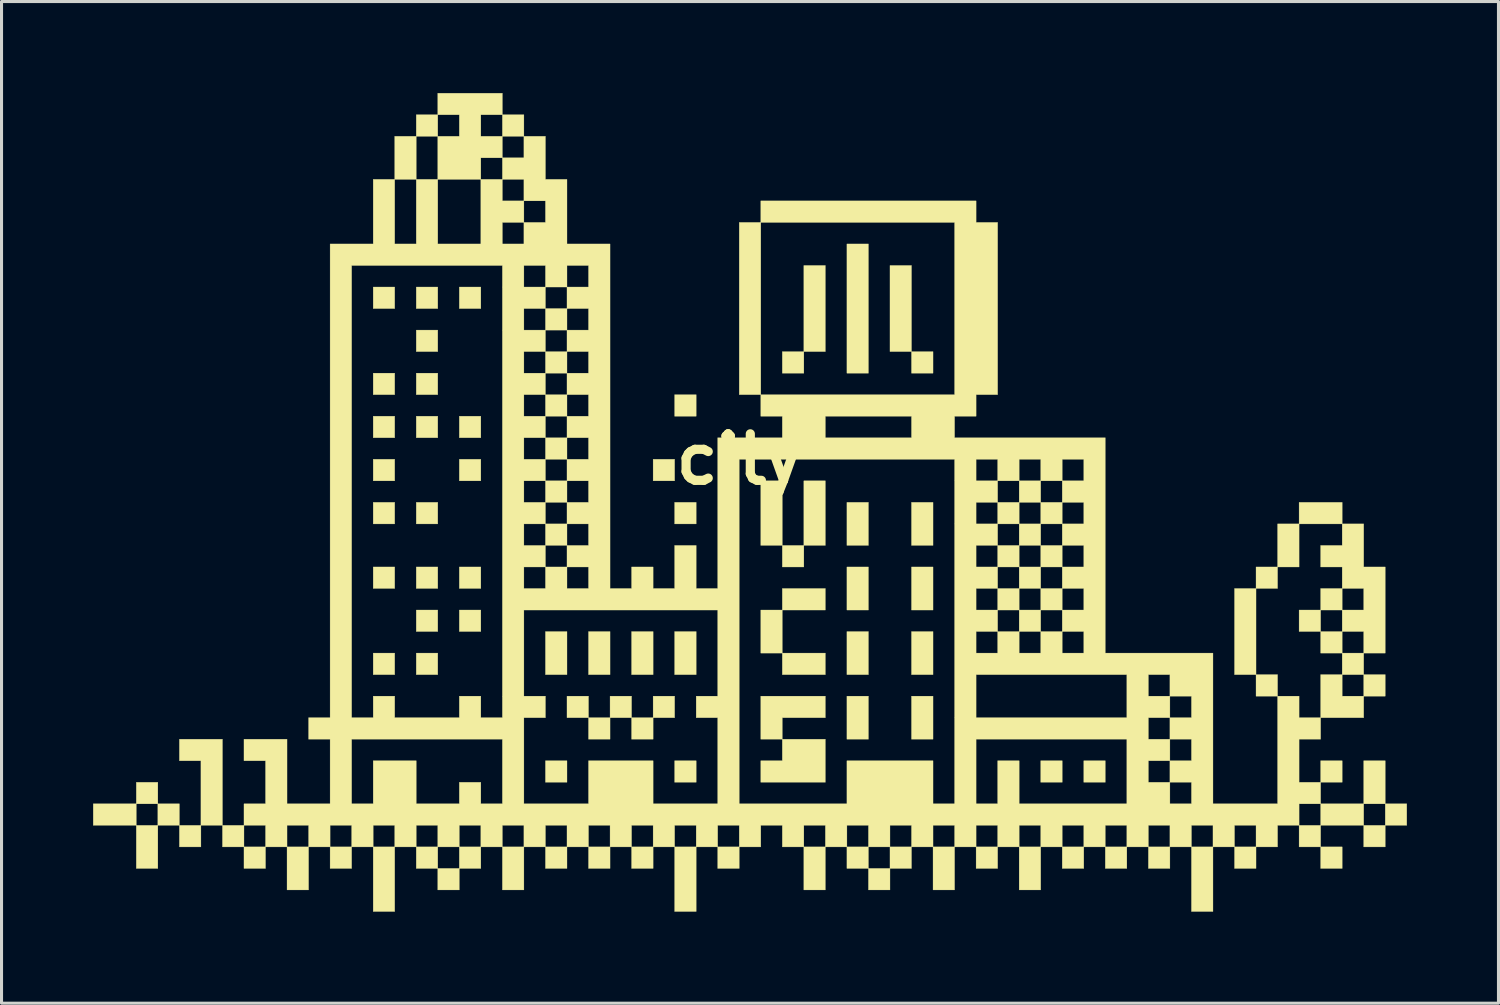
<source format=kicad_pcb>
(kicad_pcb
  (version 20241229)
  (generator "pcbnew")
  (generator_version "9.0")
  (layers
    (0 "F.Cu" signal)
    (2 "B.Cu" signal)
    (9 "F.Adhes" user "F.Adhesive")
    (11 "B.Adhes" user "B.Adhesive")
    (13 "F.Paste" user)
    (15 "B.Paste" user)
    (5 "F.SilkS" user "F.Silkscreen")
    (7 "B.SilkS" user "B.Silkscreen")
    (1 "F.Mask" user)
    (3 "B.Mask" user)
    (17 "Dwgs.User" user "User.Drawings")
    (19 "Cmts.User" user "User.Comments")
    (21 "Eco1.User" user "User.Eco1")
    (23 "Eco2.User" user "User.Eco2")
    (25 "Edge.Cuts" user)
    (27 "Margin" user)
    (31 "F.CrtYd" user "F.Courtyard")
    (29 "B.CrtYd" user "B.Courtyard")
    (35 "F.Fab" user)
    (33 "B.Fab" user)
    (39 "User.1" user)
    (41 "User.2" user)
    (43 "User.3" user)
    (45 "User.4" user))
  (footprint "city"
    (layer "F.Cu")
    (at 21.172 11.999)
    (property "Reference" "city" (at 0 0 0) (layer "F.SilkS") (effects (font (size 1.524 1.524) (thickness 0.3))))
    (attr through_hole)
    (fp_poly (pts (xy -17.639 11.994) (xy -17.639 12.7) (xy -18.344 12.7) (xy -18.344 11.994) (xy -17.639 11.994)) (stroke (width 0.01) (type solid)) (fill yes) (layer "F.SilkS"))
    (fp_poly (pts (xy -11.289 -10.583) (xy -10.583 -10.583) (xy -10.583 -9.172) (xy -11.289 -9.172) (xy -11.289 -10.583)) (stroke (width 0.01) (type solid)) (fill yes) (layer "F.SilkS"))
    (fp_poly (pts (xy -11.289 -4.939) (xy -11.994 -4.939) (xy -11.994 -5.644) (xy -11.289 -5.644) (xy -11.289 -4.939)) (stroke (width 0.01) (type solid)) (fill yes) (layer "F.SilkS"))
    (fp_poly (pts (xy -11.289 -2.117) (xy -11.994 -2.117) (xy -11.994 -2.822) (xy -11.289 -2.822) (xy -11.289 -2.117)) (stroke (width 0.01) (type solid)) (fill yes) (layer "F.SilkS"))
    (fp_poly (pts (xy -11.289 -0.706) (xy -11.994 -0.706) (xy -11.994 -1.411) (xy -11.289 -1.411) (xy -11.289 -0.706)) (stroke (width 0.01) (type solid)) (fill yes) (layer "F.SilkS"))
    (fp_poly (pts (xy -11.289 0.706) (xy -11.994 0.706) (xy -11.994 0) (xy -11.289 0) (xy -11.289 0.706)) (stroke (width 0.01) (type solid)) (fill yes) (layer "F.SilkS"))
    (fp_poly (pts (xy -11.289 2.117) (xy -11.994 2.117) (xy -11.994 1.411) (xy -11.289 1.411) (xy -11.289 2.117)) (stroke (width 0.01) (type solid)) (fill yes) (layer "F.SilkS"))
    (fp_poly (pts (xy -11.289 4.233) (xy -11.994 4.233) (xy -11.994 3.528) (xy -11.289 3.528) (xy -11.289 4.233)) (stroke (width 0.01) (type solid)) (fill yes) (layer "F.SilkS"))
    (fp_poly (pts (xy -11.289 7.056) (xy -11.994 7.056) (xy -11.994 6.35) (xy -11.289 6.35) (xy -11.289 7.056)) (stroke (width 0.01) (type solid)) (fill yes) (layer "F.SilkS"))
    (fp_poly (pts (xy -10.583 -11.289) (xy -9.878 -11.289) (xy -9.878 -10.583) (xy -10.583 -10.583) (xy -10.583 -11.289)) (stroke (width 0.01) (type solid)) (fill yes) (layer "F.SilkS"))
    (fp_poly (pts (xy -9.878 -4.939) (xy -10.583 -4.939) (xy -10.583 -5.644) (xy -9.878 -5.644) (xy -9.878 -4.939)) (stroke (width 0.01) (type solid)) (fill yes) (layer "F.SilkS"))
    (fp_poly (pts (xy -9.878 -3.528) (xy -10.583 -3.528) (xy -10.583 -4.233) (xy -9.878 -4.233) (xy -9.878 -3.528)) (stroke (width 0.01) (type solid)) (fill yes) (layer "F.SilkS"))
    (fp_poly (pts (xy -9.878 -2.117) (xy -10.583 -2.117) (xy -10.583 -2.822) (xy -9.878 -2.822) (xy -9.878 -2.117)) (stroke (width 0.01) (type solid)) (fill yes) (layer "F.SilkS"))
    (fp_poly (pts (xy -9.878 -0.706) (xy -10.583 -0.706) (xy -10.583 -1.411) (xy -9.878 -1.411) (xy -9.878 -0.706)) (stroke (width 0.01) (type solid)) (fill yes) (layer "F.SilkS"))
    (fp_poly (pts (xy -9.878 2.117) (xy -10.583 2.117) (xy -10.583 1.411) (xy -9.878 1.411) (xy -9.878 2.117)) (stroke (width 0.01) (type solid)) (fill yes) (layer "F.SilkS"))
    (fp_poly (pts (xy -9.878 4.233) (xy -10.583 4.233) (xy -10.583 3.528) (xy -9.878 3.528) (xy -9.878 4.233)) (stroke (width 0.01) (type solid)) (fill yes) (layer "F.SilkS"))
    (fp_poly (pts (xy -9.878 5.644) (xy -10.583 5.644) (xy -10.583 4.939) (xy -9.878 4.939) (xy -9.878 5.644)) (stroke (width 0.01) (type solid)) (fill yes) (layer "F.SilkS"))
    (fp_poly (pts (xy -9.878 7.056) (xy -10.583 7.056) (xy -10.583 6.35) (xy -9.878 6.35) (xy -9.878 7.056)) (stroke (width 0.01) (type solid)) (fill yes) (layer "F.SilkS"))
    (fp_poly (pts (xy -8.467 -4.939) (xy -9.172 -4.939) (xy -9.172 -5.644) (xy -8.467 -5.644) (xy -8.467 -4.939)) (stroke (width 0.01) (type solid)) (fill yes) (layer "F.SilkS"))
    (fp_poly (pts (xy -8.467 -0.706) (xy -9.172 -0.706) (xy -9.172 -1.411) (xy -8.467 -1.411) (xy -8.467 -0.706)) (stroke (width 0.01) (type solid)) (fill yes) (layer "F.SilkS"))
    (fp_poly (pts (xy -8.467 0.706) (xy -9.172 0.706) (xy -9.172 0) (xy -8.467 0) (xy -8.467 0.706)) (stroke (width 0.01) (type solid)) (fill yes) (layer "F.SilkS"))
    (fp_poly (pts (xy -8.467 4.233) (xy -9.172 4.233) (xy -9.172 3.528) (xy -8.467 3.528) (xy -8.467 4.233)) (stroke (width 0.01) (type solid)) (fill yes) (layer "F.SilkS"))
    (fp_poly (pts (xy -8.467 5.644) (xy -9.172 5.644) (xy -9.172 4.939) (xy -8.467 4.939) (xy -8.467 5.644)) (stroke (width 0.01) (type solid)) (fill yes) (layer "F.SilkS"))
    (fp_poly (pts (xy -7.761 -10.583) (xy -7.761 -11.289) (xy -7.056 -11.289) (xy -7.056 -10.583) (xy -7.761 -10.583)) (stroke (width 0.01) (type solid)) (fill yes) (layer "F.SilkS"))
    (fp_poly (pts (xy -5.644 -4.233) (xy -6.35 -4.233) (xy -6.35 -4.939) (xy -5.644 -4.939) (xy -5.644 -4.233)) (stroke (width 0.01) (type solid)) (fill yes) (layer "F.SilkS"))
    (fp_poly (pts (xy -5.644 -2.822) (xy -6.35 -2.822) (xy -6.35 -3.528) (xy -5.644 -3.528) (xy -5.644 -2.822)) (stroke (width 0.01) (type solid)) (fill yes) (layer "F.SilkS"))
    (fp_poly (pts (xy -5.644 -1.411) (xy -6.35 -1.411) (xy -6.35 -2.117) (xy -5.644 -2.117) (xy -5.644 -1.411)) (stroke (width 0.01) (type solid)) (fill yes) (layer "F.SilkS"))
    (fp_poly (pts (xy -5.644 0) (xy -6.35 0) (xy -6.35 -0.706) (xy -5.644 -0.706) (xy -5.644 0)) (stroke (width 0.01) (type solid)) (fill yes) (layer "F.SilkS"))
    (fp_poly (pts (xy -5.644 1.411) (xy -6.35 1.411) (xy -6.35 0.706) (xy -5.644 0.706) (xy -5.644 1.411)) (stroke (width 0.01) (type solid)) (fill yes) (layer "F.SilkS"))
    (fp_poly (pts (xy -5.644 2.822) (xy -6.35 2.822) (xy -6.35 2.117) (xy -5.644 2.117) (xy -5.644 2.822)) (stroke (width 0.01) (type solid)) (fill yes) (layer "F.SilkS"))
    (fp_poly (pts (xy -5.644 7.056) (xy -6.35 7.056) (xy -6.35 5.644) (xy -5.644 5.644) (xy -5.644 7.056)) (stroke (width 0.01) (type solid)) (fill yes) (layer "F.SilkS"))
    (fp_poly (pts (xy -5.644 8.467) (xy -5.644 7.761) (xy -4.939 7.761) (xy -4.939 8.467) (xy -5.644 8.467)) (stroke (width 0.01) (type solid)) (fill yes) (layer "F.SilkS"))
    (fp_poly (pts (xy -5.644 10.583) (xy -6.35 10.583) (xy -6.35 9.878) (xy -5.644 9.878) (xy -5.644 10.583)) (stroke (width 0.01) (type solid)) (fill yes) (layer "F.SilkS"))
    (fp_poly (pts (xy -4.233 7.056) (xy -4.939 7.056) (xy -4.939 5.644) (xy -4.233 5.644) (xy -4.233 7.056)) (stroke (width 0.01) (type solid)) (fill yes) (layer "F.SilkS"))
    (fp_poly (pts (xy -4.233 8.467) (xy -4.233 7.761) (xy -3.528 7.761) (xy -3.528 8.467) (xy -4.233 8.467)) (stroke (width 0.01) (type solid)) (fill yes) (layer "F.SilkS"))
    (fp_poly (pts (xy -4.233 9.172) (xy -4.939 9.172) (xy -4.939 8.467) (xy -4.233 8.467) (xy -4.233 9.172)) (stroke (width 0.01) (type solid)) (fill yes) (layer "F.SilkS"))
    (fp_poly (pts (xy -2.822 7.056) (xy -3.528 7.056) (xy -3.528 5.644) (xy -2.822 5.644) (xy -2.822 7.056)) (stroke (width 0.01) (type solid)) (fill yes) (layer "F.SilkS"))
    (fp_poly (pts (xy -2.822 7.761) (xy -2.117 7.761) (xy -2.117 8.467) (xy -2.822 8.467) (xy -2.822 7.761)) (stroke (width 0.01) (type solid)) (fill yes) (layer "F.SilkS"))
    (fp_poly (pts (xy -2.822 9.172) (xy -3.528 9.172) (xy -3.528 8.467) (xy -2.822 8.467) (xy -2.822 9.172)) (stroke (width 0.01) (type solid)) (fill yes) (layer "F.SilkS"))
    (fp_poly (pts (xy -2.117 0.706) (xy -2.822 0.706) (xy -2.822 0) (xy -2.117 0) (xy -2.117 0.706)) (stroke (width 0.01) (type solid)) (fill yes) (layer "F.SilkS"))
    (fp_poly (pts (xy -1.411 -1.411) (xy -2.117 -1.411) (xy -2.117 -2.117) (xy -1.411 -2.117) (xy -1.411 -1.411)) (stroke (width 0.01) (type solid)) (fill yes) (layer "F.SilkS"))
    (fp_poly (pts (xy -1.411 2.117) (xy -2.117 2.117) (xy -2.117 1.411) (xy -1.411 1.411) (xy -1.411 2.117)) (stroke (width 0.01) (type solid)) (fill yes) (layer "F.SilkS"))
    (fp_poly (pts (xy -1.411 7.056) (xy -2.117 7.056) (xy -2.117 5.644) (xy -1.411 5.644) (xy -1.411 7.056)) (stroke (width 0.01) (type solid)) (fill yes) (layer "F.SilkS"))
    (fp_poly (pts (xy -1.411 10.583) (xy -2.117 10.583) (xy -2.117 9.878) (xy -1.411 9.878) (xy -1.411 10.583)) (stroke (width 0.01) (type solid)) (fill yes) (layer "F.SilkS"))
    (fp_poly (pts (xy 0.706 2.822) (xy 0.706 0.706) (xy 1.411 0.706) (xy 1.411 2.822) (xy 0.706 2.822)) (stroke (width 0.01) (type solid)) (fill yes) (layer "F.SilkS"))
    (fp_poly (pts (xy 0.706 6.35) (xy 0.706 4.939) (xy 1.411 4.939) (xy 1.411 6.35) (xy 0.706 6.35)) (stroke (width 0.01) (type solid)) (fill yes) (layer "F.SilkS"))
    (fp_poly (pts (xy 1.411 4.233) (xy 2.822 4.233) (xy 2.822 4.939) (xy 1.411 4.939) (xy 1.411 4.233)) (stroke (width 0.01) (type solid)) (fill yes) (layer "F.SilkS"))
    (fp_poly (pts (xy 2.117 -6.35) (xy 2.822 -6.35) (xy 2.822 -3.528) (xy 2.117 -3.528) (xy 2.117 -6.35)) (stroke (width 0.01) (type solid)) (fill yes) (layer "F.SilkS"))
    (fp_poly (pts (xy 2.117 -2.822) (xy 1.411 -2.822) (xy 1.411 -3.528) (xy 2.117 -3.528) (xy 2.117 -2.822)) (stroke (width 0.01) (type solid)) (fill yes) (layer "F.SilkS"))
    (fp_poly (pts (xy 2.117 0.706) (xy 2.822 0.706) (xy 2.822 2.822) (xy 2.117 2.822) (xy 2.117 0.706)) (stroke (width 0.01) (type solid)) (fill yes) (layer "F.SilkS"))
    (fp_poly (pts (xy 2.117 3.528) (xy 1.411 3.528) (xy 1.411 2.822) (xy 2.117 2.822) (xy 2.117 3.528)) (stroke (width 0.01) (type solid)) (fill yes) (layer "F.SilkS"))
    (fp_poly (pts (xy 2.822 6.35) (xy 2.822 7.056) (xy 1.411 7.056) (xy 1.411 6.35) (xy 2.822 6.35)) (stroke (width 0.01) (type solid)) (fill yes) (layer "F.SilkS"))
    (fp_poly (pts (xy 4.233 -2.822) (xy 3.528 -2.822) (xy 3.528 -7.056) (xy 4.233 -7.056) (xy 4.233 -2.822)) (stroke (width 0.01) (type solid)) (fill yes) (layer "F.SilkS"))
    (fp_poly (pts (xy 4.233 2.822) (xy 3.528 2.822) (xy 3.528 1.411) (xy 4.233 1.411) (xy 4.233 2.822)) (stroke (width 0.01) (type solid)) (fill yes) (layer "F.SilkS"))
    (fp_poly (pts (xy 4.233 4.939) (xy 3.528 4.939) (xy 3.528 3.528) (xy 4.233 3.528) (xy 4.233 4.939)) (stroke (width 0.01) (type solid)) (fill yes) (layer "F.SilkS"))
    (fp_poly (pts (xy 4.233 7.056) (xy 3.528 7.056) (xy 3.528 5.644) (xy 4.233 5.644) (xy 4.233 7.056)) (stroke (width 0.01) (type solid)) (fill yes) (layer "F.SilkS"))
    (fp_poly (pts (xy 4.233 9.172) (xy 3.528 9.172) (xy 3.528 7.761) (xy 4.233 7.761) (xy 4.233 9.172)) (stroke (width 0.01) (type solid)) (fill yes) (layer "F.SilkS"))
    (fp_poly (pts (xy 4.939 -3.528) (xy 4.939 -6.35) (xy 5.644 -6.35) (xy 5.644 -3.528) (xy 4.939 -3.528)) (stroke (width 0.01) (type solid)) (fill yes) (layer "F.SilkS"))
    (fp_poly (pts (xy 6.35 -3.528) (xy 6.35 -2.822) (xy 5.644 -2.822) (xy 5.644 -3.528) (xy 6.35 -3.528)) (stroke (width 0.01) (type solid)) (fill yes) (layer "F.SilkS"))
    (fp_poly (pts (xy 6.35 2.822) (xy 5.644 2.822) (xy 5.644 1.411) (xy 6.35 1.411) (xy 6.35 2.822)) (stroke (width 0.01) (type solid)) (fill yes) (layer "F.SilkS"))
    (fp_poly (pts (xy 6.35 4.939) (xy 5.644 4.939) (xy 5.644 3.528) (xy 6.35 3.528) (xy 6.35 4.939)) (stroke (width 0.01) (type solid)) (fill yes) (layer "F.SilkS"))
    (fp_poly (pts (xy 6.35 7.056) (xy 5.644 7.056) (xy 5.644 5.644) (xy 6.35 5.644) (xy 6.35 7.056)) (stroke (width 0.01) (type solid)) (fill yes) (layer "F.SilkS"))
    (fp_poly (pts (xy 6.35 9.172) (xy 5.644 9.172) (xy 5.644 7.761) (xy 6.35 7.761) (xy 6.35 9.172)) (stroke (width 0.01) (type solid)) (fill yes) (layer "F.SilkS"))
    (fp_poly (pts (xy 8.467 2.117) (xy 8.467 1.411) (xy 9.172 1.411) (xy 9.172 2.117) (xy 8.467 2.117)) (stroke (width 0.01) (type solid)) (fill yes) (layer "F.SilkS"))
    (fp_poly (pts (xy 8.467 3.528) (xy 8.467 2.822) (xy 9.172 2.822) (xy 9.172 3.528) (xy 8.467 3.528)) (stroke (width 0.01) (type solid)) (fill yes) (layer "F.SilkS"))
    (fp_poly (pts (xy 8.467 4.939) (xy 8.467 4.233) (xy 9.172 4.233) (xy 9.172 4.939) (xy 8.467 4.939)) (stroke (width 0.01) (type solid)) (fill yes) (layer "F.SilkS"))
    (fp_poly (pts (xy 9.172 0.706) (xy 9.878 0.706) (xy 9.878 1.411) (xy 9.172 1.411) (xy 9.172 0.706)) (stroke (width 0.01) (type solid)) (fill yes) (layer "F.SilkS"))
    (fp_poly (pts (xy 9.878 1.411) (xy 10.583 1.411) (xy 10.583 2.117) (xy 9.878 2.117) (xy 9.878 1.411)) (stroke (width 0.01) (type solid)) (fill yes) (layer "F.SilkS"))
    (fp_poly (pts (xy 9.878 2.822) (xy 9.172 2.822) (xy 9.172 2.117) (xy 9.878 2.117) (xy 9.878 2.822)) (stroke (width 0.01) (type solid)) (fill yes) (layer "F.SilkS"))
    (fp_poly (pts (xy 9.878 2.822) (xy 10.583 2.822) (xy 10.583 3.528) (xy 9.878 3.528) (xy 9.878 2.822)) (stroke (width 0.01) (type solid)) (fill yes) (layer "F.SilkS"))
    (fp_poly (pts (xy 9.878 4.233) (xy 9.172 4.233) (xy 9.172 3.528) (xy 9.878 3.528) (xy 9.878 4.233)) (stroke (width 0.01) (type solid)) (fill yes) (layer "F.SilkS"))
    (fp_poly (pts (xy 9.878 4.233) (xy 10.583 4.233) (xy 10.583 4.939) (xy 9.878 4.939) (xy 9.878 4.233)) (stroke (width 0.01) (type solid)) (fill yes) (layer "F.SilkS"))
    (fp_poly (pts (xy 9.878 5.644) (xy 9.172 5.644) (xy 9.172 4.939) (xy 9.878 4.939) (xy 9.878 5.644)) (stroke (width 0.01) (type solid)) (fill yes) (layer "F.SilkS"))
    (fp_poly (pts (xy 10.583 10.583) (xy 9.878 10.583) (xy 9.878 9.878) (xy 10.583 9.878) (xy 10.583 10.583)) (stroke (width 0.01) (type solid)) (fill yes) (layer "F.SilkS"))
    (fp_poly (pts (xy 11.994 10.583) (xy 11.289 10.583) (xy 11.289 9.878) (xy 11.994 9.878) (xy 11.994 10.583)) (stroke (width 0.01) (type solid)) (fill yes) (layer "F.SilkS"))
    (fp_poly (pts (xy 16.933 7.056) (xy 16.228 7.056) (xy 16.228 4.233) (xy 16.933 4.233) (xy 16.933 7.056)) (stroke (width 0.01) (type solid)) (fill yes) (layer "F.SilkS"))
    (fp_poly (pts (xy 17.639 4.233) (xy 16.933 4.233) (xy 16.933 3.528) (xy 17.639 3.528) (xy 17.639 4.233)) (stroke (width 0.01) (type solid)) (fill yes) (layer "F.SilkS"))
    (fp_poly (pts (xy 17.639 7.056) (xy 17.639 7.761) (xy 16.933 7.761) (xy 16.933 7.056) (xy 17.639 7.056)) (stroke (width 0.01) (type solid)) (fill yes) (layer "F.SilkS"))
    (fp_poly (pts (xy 18.344 1.411) (xy 19.756 1.411) (xy 19.756 2.117) (xy 18.344 2.117) (xy 18.344 1.411)) (stroke (width 0.01) (type solid)) (fill yes) (layer "F.SilkS"))
    (fp_poly (pts (xy 18.344 3.528) (xy 17.639 3.528) (xy 17.639 2.117) (xy 18.344 2.117) (xy 18.344 3.528)) (stroke (width 0.01) (type solid)) (fill yes) (layer "F.SilkS"))
    (fp_poly (pts (xy 18.344 5.644) (xy 18.344 4.939) (xy 19.05 4.939) (xy 19.05 5.644) (xy 18.344 5.644)) (stroke (width 0.01) (type solid)) (fill yes) (layer "F.SilkS"))
    (fp_poly (pts (xy 19.05 4.233) (xy 19.756 4.233) (xy 19.756 4.939) (xy 19.05 4.939) (xy 19.05 4.233)) (stroke (width 0.01) (type solid)) (fill yes) (layer "F.SilkS"))
    (fp_poly (pts (xy 19.05 9.878) (xy 19.756 9.878) (xy 19.756 10.583) (xy 19.05 10.583) (xy 19.05 9.878)) (stroke (width 0.01) (type solid)) (fill yes) (layer "F.SilkS"))
    (fp_poly (pts (xy 19.756 5.644) (xy 19.756 6.35) (xy 19.05 6.35) (xy 19.05 5.644) (xy 19.756 5.644)) (stroke (width 0.01) (type solid)) (fill yes) (layer "F.SilkS"))
    (fp_poly (pts (xy 19.756 12.7) (xy 19.756 13.406) (xy 19.05 13.406) (xy 19.05 12.7) (xy 19.756 12.7)) (stroke (width 0.01) (type solid)) (fill yes) (layer "F.SilkS"))
    (fp_poly (pts (xy 20.461 7.056) (xy 19.756 7.056) (xy 19.756 6.35) (xy 20.461 6.35) (xy 20.461 7.056)) (stroke (width 0.01) (type solid)) (fill yes) (layer "F.SilkS"))
    (fp_poly (pts (xy 20.461 7.056) (xy 21.167 7.056) (xy 21.167 7.761) (xy 20.461 7.761) (xy 20.461 7.056)) (stroke (width 0.01) (type solid)) (fill yes) (layer "F.SilkS"))
    (fp_poly (pts (xy 20.461 9.878) (xy 21.167 9.878) (xy 21.167 11.289) (xy 20.461 11.289) (xy 20.461 9.878)) (stroke (width 0.01) (type solid)) (fill yes) (layer "F.SilkS"))
    (fp_poly (pts (xy 21.167 11.289) (xy 21.872 11.289) (xy 21.872 11.994) (xy 21.167 11.994) (xy 21.167 11.289)) (stroke (width 0.01) (type solid)) (fill yes) (layer "F.SilkS"))
    (fp_poly (pts (xy 21.167 12.7) (xy 20.461 12.7) (xy 20.461 11.994) (xy 21.167 11.994) (xy 21.167 12.7)) (stroke (width 0.01) (type solid)) (fill yes) (layer "F.SilkS"))
    (fp_poly (pts (xy -17.639 9.878) (xy -18.344 9.878) (xy -18.344 9.172) (xy -16.933 9.172) (xy -16.933 11.994) (xy -17.639 11.994) (xy -17.639 9.878)) (stroke (width 0.01) (type solid)) (fill yes) (layer "F.SilkS"))
    (fp_poly (pts (xy 0.706 9.172) (xy 0.706 7.761) (xy 2.822 7.761) (xy 2.822 8.467) (xy 1.411 8.467) (xy 1.411 9.172) (xy 0.706 9.172)) (stroke (width 0.01) (type solid)) (fill yes) (layer "F.SilkS"))
    (fp_poly (pts (xy 2.822 9.172) (xy 2.822 10.583) (xy 0.706 10.583) (xy 0.706 9.878) (xy 1.411 9.878) (xy 1.411 9.172) (xy 2.822 9.172)) (stroke (width 0.01) (type solid)) (fill yes) (layer "F.SilkS"))
    (fp_poly (pts (xy 19.756 7.761) (xy 20.461 7.761) (xy 20.461 8.467) (xy 19.05 8.467) (xy 19.05 7.056) (xy 19.756 7.056) (xy 19.756 7.761)) (stroke (width 0.01) (type solid)) (fill yes) (layer "F.SilkS"))
    (fp_poly (pts (xy -9.878 -11.994) (xy -7.761 -11.994) (xy -7.761 -11.289) (xy -8.467 -11.289) (xy -8.467 -10.583) (xy -7.761 -10.583) (xy -7.761 -9.878) (xy -8.467 -9.878) (xy -8.467 -9.172) (xy -9.878 -9.172) (xy -9.878 -10.583) (xy -9.172 -10.583) (xy -9.172 -11.289) (xy -9.878 -11.289) (xy -9.878 -11.994)) (stroke (width 0.01) (type solid)) (fill yes) (layer "F.SilkS"))
    (fp_poly (pts (xy -18.344 11.289) (xy -18.344 11.994) (xy -19.05 11.994) (xy -19.05 13.406) (xy -19.756 13.406) (xy -19.756 11.994) (xy -21.167 11.994) (xy -21.167 11.289) (xy -19.756 11.289) (xy -19.756 11.994) (xy -19.05 11.994) (xy -19.05 11.289) (xy -19.756 11.289) (xy -19.756 10.583) (xy -19.05 10.583) (xy -19.05 11.289) (xy -18.344 11.289)) (stroke (width 0.01) (type solid)) (fill yes) (layer "F.SilkS"))
    (fp_poly (pts (xy 20.461 5.644) (xy 19.756 5.644) (xy 19.756 4.939) (xy 20.461 4.939) (xy 20.461 4.233) (xy 19.756 4.233) (xy 19.756 3.528) (xy 19.05 3.528) (xy 19.05 2.822) (xy 19.756 2.822) (xy 19.756 2.117) (xy 20.461 2.117) (xy 20.461 3.528) (xy 21.167 3.528) (xy 21.167 6.35) (xy 20.461 6.35) (xy 20.461 5.644)) (stroke (width 0.01) (type solid)) (fill yes) (layer "F.SilkS"))
    (fp_poly (pts (xy -6.35 -10.583) (xy -6.35 -9.172) (xy -5.644 -9.172) (xy -5.644 -7.056) (xy -4.233 -7.056) (xy -4.233 4.233) (xy -3.528 4.233) (xy -3.528 3.528) (xy -2.822 3.528) (xy -2.822 4.233) (xy -2.117 4.233) (xy -2.117 2.822) (xy -1.411 2.822) (xy -1.411 4.233) (xy -0.706 4.233) (xy -0.706 0) (xy 0 0) (xy 0 11.289) (xy 3.528 11.289) (xy 3.528 9.878) (xy 6.35 9.878) (xy 6.35 11.289) (xy 7.056 11.289) (xy 7.056 9.172) (xy 7.761 9.172) (xy 7.761 11.289) (xy 8.467 11.289) (xy 8.467 9.878) (xy 9.172 9.878) (xy 9.172 11.289) (xy 12.7 11.289) (xy 14.111 11.289) (xy 14.817 11.289) (xy 14.817 10.583) (xy 14.111 10.583) (xy 14.111 11.289) (xy 12.7 11.289) (xy 12.7 9.878) (xy 13.406 9.878) (xy 13.406 10.583) (xy 14.111 10.583) (xy 14.111 9.878) (xy 13.406 9.878) (xy 12.7 9.878) (xy 12.7 9.172) (xy 7.761 9.172) (xy 7.056 9.172) (xy 7.056 7.056) (xy 7.761 7.056) (xy 7.761 8.467) (xy 12.7 8.467) (xy 13.406 8.467) (xy 13.406 9.172) (xy 14.111 9.172) (xy 14.111 9.878) (xy 14.817 9.878) (xy 14.817 9.172) (xy 14.111 9.172) (xy 14.111 8.467) (xy 13.406 8.467) (xy 12.7 8.467) (xy 12.7 7.056) (xy 13.406 7.056) (xy 13.406 7.761) (xy 14.111 7.761) (xy 14.111 8.467) (xy 14.817 8.467) (xy 14.817 7.761) (xy 14.111 7.761) (xy 14.111 7.056) (xy 13.406 7.056) (xy 12.7 7.056) (xy 7.761 7.056) (xy 7.056 7.056) (xy 7.056 5.644) (xy 7.761 5.644) (xy 7.761 6.35) (xy 8.467 6.35) (xy 8.467 5.644) (xy 7.761 5.644) (xy 7.056 5.644) (xy 7.056 1.411) (xy 7.761 1.411) (xy 7.761 2.117) (xy 8.467 2.117) (xy 8.467 2.822) (xy 7.761 2.822) (xy 7.761 3.528) (xy 8.467 3.528) (xy 8.467 4.233) (xy 7.761 4.233) (xy 7.761 4.939) (xy 8.467 4.939) (xy 8.467 5.644) (xy 9.172 5.644) (xy 9.172 6.35) (xy 9.878 6.35) (xy 9.878 5.644) (xy 10.583 5.644) (xy 10.583 6.35) (xy 11.289 6.35) (xy 11.289 5.644) (xy 10.583 5.644) (xy 10.583 4.939) (xy 11.289 4.939) (xy 11.289 4.233) (xy 10.583 4.233) (xy 10.583 3.528) (xy 11.289 3.528) (xy 11.289 2.822) (xy 10.583 2.822) (xy 10.583 2.117) (xy 11.289 2.117) (xy 11.289 1.411) (xy 10.583 1.411) (xy 10.583 0.706) (xy 9.878 0.706) (xy 9.878 0) (xy 10.583 0) (xy 10.583 0.706) (xy 11.289 0.706) (xy 11.289 0) (xy 10.583 0) (xy 9.878 0) (xy 9.172 0) (xy 9.172 0.706) (xy 8.467 0.706) (xy 8.467 1.411) (xy 7.761 1.411) (xy 7.056 1.411) (xy 7.056 0) (xy 7.761 0) (xy 7.761 0.706) (xy 8.467 0.706) (xy 8.467 0) (xy 7.761 0) (xy 7.056 0) (xy 0 0) (xy -0.706 0) (xy -0.706 -0.706) (xy 1.411 -0.706) (xy 1.411 -1.411) (xy 2.822 -1.411) (xy 2.822 -0.706) (xy 5.644 -0.706) (xy 5.644 -1.411) (xy 2.822 -1.411) (xy 1.411 -1.411) (xy 0.706 -1.411) (xy 0.706 -2.117) (xy 0 -2.117) (xy 0 -7.761) (xy 0.706 -7.761) (xy 0.706 -2.117) (xy 7.056 -2.117) (xy 7.056 -7.761) (xy 0.706 -7.761) (xy 0.706 -8.467) (xy 7.761 -8.467) (xy 7.761 -7.761) (xy 8.467 -7.761) (xy 8.467 -2.117) (xy 7.761 -2.117) (xy 7.761 -1.411) (xy 7.056 -1.411) (xy 7.056 -0.706) (xy 11.994 -0.706) (xy 11.994 6.35) (xy 15.522 6.35) (xy 15.522 11.289) (xy 17.639 11.289) (xy 18.344 11.289) (xy 18.344 11.994) (xy 19.05 11.994) (xy 19.05 11.289) (xy 18.344 11.289) (xy 17.639 11.289) (xy 17.639 7.761) (xy 18.344 7.761) (xy 18.344 8.467) (xy 19.05 8.467) (xy 19.05 9.172) (xy 18.344 9.172) (xy 18.344 10.583) (xy 19.05 10.583) (xy 19.05 11.289) (xy 20.461 11.289) (xy 20.461 11.994) (xy 19.05 11.994) (xy 19.05 12.7) (xy 18.344 12.7) (xy 18.344 11.994) (xy 17.639 11.994) (xy 17.639 12.7) (xy 16.933 12.7) (xy 16.933 13.406) (xy 16.228 13.406) (xy 16.228 12.7) (xy 15.522 12.7) (xy 15.522 14.817) (xy 14.817 14.817) (xy 14.817 12.7) (xy 14.111 12.7) (xy 14.111 13.406) (xy 13.406 13.406) (xy 13.406 12.7) (xy 12.7 12.7) (xy 12.7 13.406) (xy 11.994 13.406) (xy 11.994 12.7) (xy 11.289 12.7) (xy 11.289 13.406) (xy 10.583 13.406) (xy 10.583 12.7) (xy 9.878 12.7) (xy 9.878 14.111) (xy 9.172 14.111) (xy 9.172 12.7) (xy 8.467 12.7) (xy 8.467 13.406) (xy 7.761 13.406) (xy 7.761 12.7) (xy 7.056 12.7) (xy 7.056 14.111) (xy 6.35 14.111) (xy 6.35 12.7) (xy 5.644 12.7) (xy 5.644 13.406) (xy 4.939 13.406) (xy 4.939 14.111) (xy 4.233 14.111) (xy 4.233 13.406) (xy 3.528 13.406) (xy 3.528 12.7) (xy 2.822 12.7) (xy 2.822 14.111) (xy 2.117 14.111) (xy 2.117 12.7) (xy 1.411 12.7) (xy 1.411 11.994) (xy 2.117 11.994) (xy 2.117 12.7) (xy 2.822 12.7) (xy 2.822 11.994) (xy 3.528 11.994) (xy 3.528 12.7) (xy 4.233 12.7) (xy 4.233 13.406) (xy 4.939 13.406) (xy 4.939 12.7) (xy 4.233 12.7) (xy 4.233 11.994) (xy 4.939 11.994) (xy 4.939 12.7) (xy 5.644 12.7) (xy 5.644 11.994) (xy 6.35 11.994) (xy 6.35 12.7) (xy 7.056 12.7) (xy 7.056 11.994) (xy 7.761 11.994) (xy 7.761 12.7) (xy 8.467 12.7) (xy 8.467 11.994) (xy 9.172 11.994) (xy 9.172 12.7) (xy 9.878 12.7) (xy 9.878 11.994) (xy 10.583 11.994) (xy 10.583 12.7) (xy 11.289 12.7) (xy 11.289 11.994) (xy 11.994 11.994) (xy 11.994 12.7) (xy 12.7 12.7) (xy 12.7 11.994) (xy 13.406 11.994) (xy 13.406 12.7) (xy 14.111 12.7) (xy 14.111 11.994) (xy 14.817 11.994) (xy 14.817 12.7) (xy 15.522 12.7) (xy 15.522 11.994) (xy 16.228 11.994) (xy 16.228 12.7) (xy 16.933 12.7) (xy 16.933 11.994) (xy 16.228 11.994) (xy 15.522 11.994) (xy 14.817 11.994) (xy 14.111 11.994) (xy 13.406 11.994) (xy 12.7 11.994) (xy 11.994 11.994) (xy 11.289 11.994) (xy 10.583 11.994) (xy 9.878 11.994) (xy 9.172 11.994) (xy 8.467 11.994) (xy 7.761 11.994) (xy 7.056 11.994) (xy 6.35 11.994) (xy 5.644 11.994) (xy 4.939 11.994) (xy 4.233 11.994) (xy 3.528 11.994) (xy 2.822 11.994) (xy 2.117 11.994) (xy 1.411 11.994) (xy 0.706 11.994) (xy 0.706 12.7) (xy 0 12.7) (xy 0 13.406) (xy -0.706 13.406) (xy -0.706 12.7) (xy -1.411 12.7) (xy -1.411 14.817) (xy -2.117 14.817) (xy -2.117 12.7) (xy -2.822 12.7) (xy -2.822 13.406) (xy -3.528 13.406) (xy -3.528 12.7) (xy -4.233 12.7) (xy -4.233 13.406) (xy -4.939 13.406) (xy -4.939 12.7) (xy -5.644 12.7) (xy -5.644 13.406) (xy -6.35 13.406) (xy -6.35 12.7) (xy -7.056 12.7) (xy -7.056 14.111) (xy -7.761 14.111) (xy -7.761 12.7) (xy -8.467 12.7) (xy -8.467 13.406) (xy -9.172 13.406) (xy -9.172 14.111) (xy -9.878 14.111) (xy -9.878 13.406) (xy -10.583 13.406) (xy -10.583 12.7) (xy -11.289 12.7) (xy -11.289 14.817) (xy -11.994 14.817) (xy -11.994 12.7) (xy -12.7 12.7) (xy -12.7 13.406) (xy -13.406 13.406) (xy -13.406 12.7) (xy -14.111 12.7) (xy -14.111 14.111) (xy -14.817 14.111) (xy -14.817 12.7) (xy -15.522 12.7) (xy -15.522 13.406) (xy -16.228 13.406) (xy -16.228 12.7) (xy -16.933 12.7) (xy -16.933 11.994) (xy -16.228 11.994) (xy -16.228 12.7) (xy -15.522 12.7) (xy -15.522 11.994) (xy -14.817 11.994) (xy -14.817 12.7) (xy -14.111 12.7) (xy -14.111 11.994) (xy -13.406 11.994) (xy -13.406 12.7) (xy -12.7 12.7) (xy -12.7 11.994) (xy -11.994 11.994) (xy -11.994 12.7) (xy -11.289 12.7) (xy -11.289 11.994) (xy -10.583 11.994) (xy -10.583 12.7) (xy -9.878 12.7) (xy -9.878 13.406) (xy -9.172 13.406) (xy -9.172 12.7) (xy -9.878 12.7) (xy -9.878 11.994) (xy -9.172 11.994) (xy -9.172 12.7) (xy -8.467 12.7) (xy -8.467 11.994) (xy -7.761 11.994) (xy -7.761 12.7) (xy -7.056 12.7) (xy -7.056 11.994) (xy -6.35 11.994) (xy -6.35 12.7) (xy -5.644 12.7) (xy -5.644 11.994) (xy -4.939 11.994) (xy -4.939 12.7) (xy -4.233 12.7) (xy -4.233 11.994) (xy -3.528 11.994) (xy -3.528 12.7) (xy -2.822 12.7) (xy -2.822 11.994) (xy -2.117 11.994) (xy -2.117 12.7) (xy -1.411 12.7) (xy -1.411 11.994) (xy -0.706 11.994) (xy -0.706 12.7) (xy 0 12.7) (xy 0 11.994) (xy -0.706 11.994) (xy -1.411 11.994) (xy -2.117 11.994) (xy -2.822 11.994) (xy -3.528 11.994) (xy -4.233 11.994) (xy -4.939 11.994) (xy -5.644 11.994) (xy -6.35 11.994) (xy -7.056 11.994) (xy -7.761 11.994) (xy -8.467 11.994) (xy -9.172 11.994) (xy -9.878 11.994) (xy -10.583 11.994) (xy -11.289 11.994) (xy -11.994 11.994) (xy -12.7 11.994) (xy -13.406 11.994) (xy -14.111 11.994) (xy -14.817 11.994) (xy -15.522 11.994) (xy -16.228 11.994) (xy -16.228 11.289) (xy -15.522 11.289) (xy -15.522 9.878) (xy -16.228 9.878) (xy -16.228 9.172) (xy -14.817 9.172) (xy -14.817 11.289) (xy -13.406 11.289) (xy -13.406 9.172) (xy -12.7 9.172) (xy -12.7 11.289) (xy -11.994 11.289) (xy -11.994 9.878) (xy -10.583 9.878) (xy -10.583 11.289) (xy -9.172 11.289) (xy -9.172 10.583) (xy -8.467 10.583) (xy -8.467 11.289) (xy -7.761 11.289) (xy -7.761 9.172) (xy -12.7 9.172) (xy -13.406 9.172) (xy -14.111 9.172) (xy -14.111 8.467) (xy -13.406 8.467) (xy -13.406 -6.35) (xy -12.7 -6.35) (xy -12.7 8.467) (xy -11.994 8.467) (xy -11.994 7.761) (xy -11.289 7.761) (xy -11.289 8.467) (xy -9.172 8.467) (xy -9.172 7.761) (xy -8.467 7.761) (xy -8.467 8.467) (xy -7.761 8.467) (xy -7.761 4.939) (xy -7.056 4.939) (xy -7.056 7.761) (xy -6.35 7.761) (xy -6.35 8.467) (xy -7.056 8.467) (xy -7.056 11.289) (xy -4.939 11.289) (xy -4.939 9.878) (xy -2.822 9.878) (xy -2.822 11.289) (xy -0.706 11.289) (xy -0.706 8.467) (xy -1.411 8.467) (xy -1.411 7.761) (xy -0.706 7.761) (xy -0.706 4.939) (xy -7.056 4.939) (xy -7.761 4.939) (xy -7.761 3.528) (xy -7.056 3.528) (xy -7.056 4.233) (xy -6.35 4.233) (xy -6.35 3.528) (xy -7.056 3.528) (xy -7.761 3.528) (xy -7.761 -4.939) (xy -7.056 -4.939) (xy -7.056 -4.233) (xy -6.35 -4.233) (xy -6.35 -3.528) (xy -7.056 -3.528) (xy -7.056 -2.822) (xy -6.35 -2.822) (xy -6.35 -2.117) (xy -7.056 -2.117) (xy -7.056 -1.411) (xy -6.35 -1.411) (xy -6.35 -0.706) (xy -7.056 -0.706) (xy -7.056 0) (xy -6.35 0) (xy -6.35 0.706) (xy -7.056 0.706) (xy -7.056 1.411) (xy -6.35 1.411) (xy -6.35 2.117) (xy -7.056 2.117) (xy -7.056 2.822) (xy -6.35 2.822) (xy -6.35 3.528) (xy -5.644 3.528) (xy -5.644 4.233) (xy -4.939 4.233) (xy -4.939 3.528) (xy -5.644 3.528) (xy -5.644 2.822) (xy -4.939 2.822) (xy -4.939 2.117) (xy -5.644 2.117) (xy -5.644 1.411) (xy -4.939 1.411) (xy -4.939 0.706) (xy -5.644 0.706) (xy -5.644 0) (xy -4.939 0) (xy -4.939 -0.706) (xy -5.644 -0.706) (xy -5.644 -1.411) (xy -4.939 -1.411) (xy -4.939 -2.117) (xy -5.644 -2.117) (xy -5.644 -2.822) (xy -4.939 -2.822) (xy -4.939 -3.528) (xy -5.644 -3.528) (xy -5.644 -4.233) (xy -4.939 -4.233) (xy -4.939 -4.939) (xy -5.644 -4.939) (xy -5.644 -5.644) (xy -6.35 -5.644) (xy -6.35 -4.939) (xy -7.056 -4.939) (xy -7.761 -4.939) (xy -7.761 -6.35) (xy -7.056 -6.35) (xy -7.056 -5.644) (xy -6.35 -5.644) (xy -6.35 -6.35) (xy -5.644 -6.35) (xy -5.644 -5.644) (xy -4.939 -5.644) (xy -4.939 -6.35) (xy -5.644 -6.35) (xy -6.35 -6.35) (xy -7.056 -6.35) (xy -7.761 -6.35) (xy -12.7 -6.35) (xy -13.406 -6.35) (xy -13.406 -7.056) (xy -11.994 -7.056) (xy -11.994 -9.172) (xy -11.289 -9.172) (xy -11.289 -7.056) (xy -10.583 -7.056) (xy -10.583 -9.172) (xy -9.878 -9.172) (xy -9.878 -7.056) (xy -8.467 -7.056) (xy -8.467 -7.761) (xy -7.761 -7.761) (xy -7.761 -7.056) (xy -7.056 -7.056) (xy -7.056 -7.761) (xy -7.761 -7.761) (xy -8.467 -7.761) (xy -8.467 -9.172) (xy -7.761 -9.172) (xy -7.761 -8.467) (xy -7.056 -8.467) (xy -7.056 -7.761) (xy -6.35 -7.761) (xy -6.35 -8.467) (xy -7.056 -8.467) (xy -7.056 -9.172) (xy -7.761 -9.172) (xy -7.761 -9.878) (xy -7.056 -9.878) (xy -7.056 -10.583) (xy -6.35 -10.583)) (stroke (width 0.01) (type solid)) (fill yes) (layer "F.SilkS")))
  (gr_rect
    (start -3 -3)
    (end 46.049 29.821)
    (stroke (width 0.1) (type default))
    (fill no)
    (layer "Edge.Cuts")))
</source>
